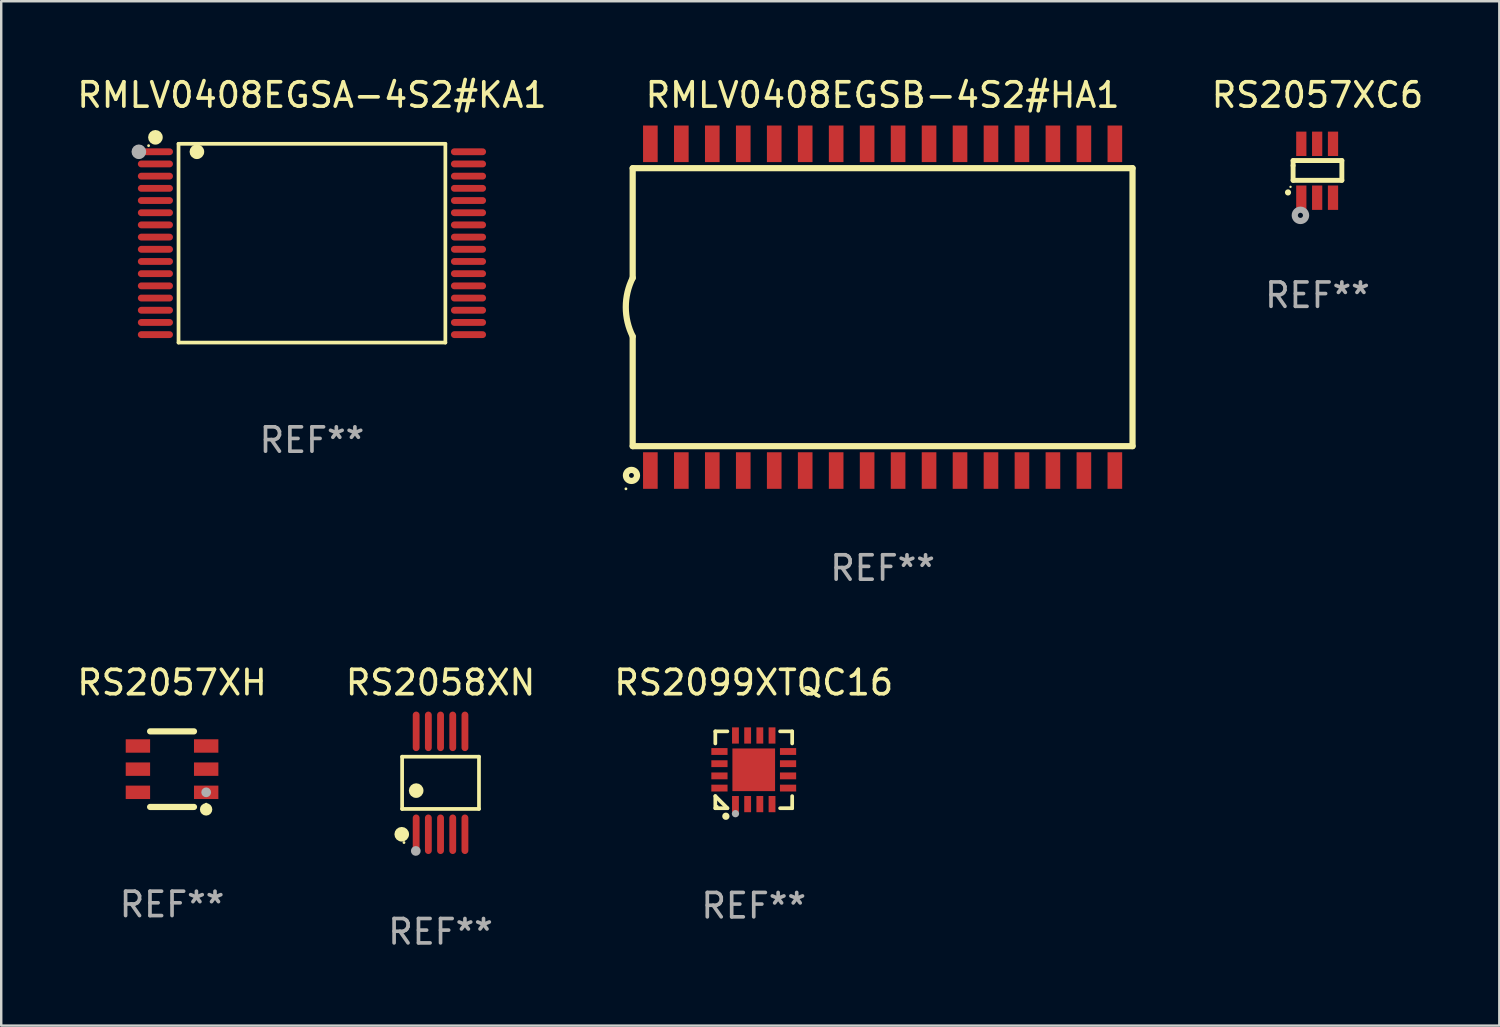
<source format=kicad_pcb>
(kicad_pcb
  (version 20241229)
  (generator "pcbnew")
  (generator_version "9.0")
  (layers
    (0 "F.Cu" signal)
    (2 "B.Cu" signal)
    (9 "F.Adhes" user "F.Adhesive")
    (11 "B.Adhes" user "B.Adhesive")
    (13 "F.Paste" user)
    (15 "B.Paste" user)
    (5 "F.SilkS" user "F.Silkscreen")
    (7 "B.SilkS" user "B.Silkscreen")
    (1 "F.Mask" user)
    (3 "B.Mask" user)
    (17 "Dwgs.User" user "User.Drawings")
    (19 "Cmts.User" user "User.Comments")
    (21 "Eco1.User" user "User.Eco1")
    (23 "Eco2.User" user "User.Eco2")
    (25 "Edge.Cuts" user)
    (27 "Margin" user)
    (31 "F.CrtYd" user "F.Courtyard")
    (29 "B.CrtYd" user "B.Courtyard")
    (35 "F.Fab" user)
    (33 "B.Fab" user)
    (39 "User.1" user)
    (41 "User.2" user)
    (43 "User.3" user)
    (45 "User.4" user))
  (footprint "RMLV0408EGSB-4S2#HA1"
    (layer "F.Cu")
    (at 33.148 9.548)
    (property "Reference" "RMLV0408EGSB-4S2#HA1" (at 0 -8.7 0) (layer "F.SilkS") (effects (font (size 1 1) (thickness 0.15))))
    (attr through_hole)
    (fp_line (start -10.25 -5.7) (end -10.25 -1.2) (stroke (width 0.254) (type solid)) (layer "F.SilkS"))
    (fp_line (start -10.25 -5.7) (end 10.25 -5.7) (stroke (width 0.254) (type solid)) (layer "F.SilkS"))
    (fp_line (start -10.25 5.7) (end -10.25 1.2) (stroke (width 0.254) (type solid)) (layer "F.SilkS"))
    (fp_line (start 10.25 -5.7) (end 10.25 5.7) (stroke (width 0.254) (type solid)) (layer "F.SilkS"))
    (fp_line (start 10.25 5.7) (end -10.25 5.7) (stroke (width 0.254) (type solid)) (layer "F.SilkS"))
    (fp_arc (start -10.248921 1.198882) (mid -10.532435 -0.000433) (end -10.249987 -1.2) (stroke (width 0.254001) (type solid)) (layer "F.SilkS"))
    (fp_circle (center -10.527 7.45) (end -10.497 7.45) (stroke (width 0.06) (type solid)) (fill no) (layer "F.SilkS"))
    (fp_circle (center -10.3 6.9) (end -10.2 6.9) (stroke (width 0.254) (type solid)) (fill no) (layer "F.SilkS"))
    (fp_text user "REF**" (at 0 10.7 0) (layer "F.Fab") (effects (font (size 1 1) (thickness 0.15))))
    (pad "1" smd rect (at -9.525 6.7 180) (size 0.6 1.5) (layers "F.Cu" "F.Mask" "F.Paste"))
    (pad "2" smd rect (at -8.255 6.7 180) (size 0.6 1.5) (layers "F.Cu" "F.Mask" "F.Paste"))
    (pad "3" smd rect (at -6.985 6.7 180) (size 0.6 1.5) (layers "F.Cu" "F.Mask" "F.Paste"))
    (pad "4" smd rect (at -5.715 6.7 180) (size 0.6 1.5) (layers "F.Cu" "F.Mask" "F.Paste"))
    (pad "5" smd rect (at -4.445 6.7 180) (size 0.6 1.5) (layers "F.Cu" "F.Mask" "F.Paste"))
    (pad "6" smd rect (at -3.175 6.7 180) (size 0.6 1.5) (layers "F.Cu" "F.Mask" "F.Paste"))
    (pad "7" smd rect (at -1.905 6.7 180) (size 0.6 1.5) (layers "F.Cu" "F.Mask" "F.Paste"))
    (pad "8" smd rect (at -0.635 6.7 180) (size 0.6 1.5) (layers "F.Cu" "F.Mask" "F.Paste"))
    (pad "9" smd rect (at 0.635 6.7 180) (size 0.6 1.5) (layers "F.Cu" "F.Mask" "F.Paste"))
    (pad "10" smd rect (at 1.905 6.7 180) (size 0.6 1.5) (layers "F.Cu" "F.Mask" "F.Paste"))
    (pad "11" smd rect (at 3.175 6.7 180) (size 0.6 1.5) (layers "F.Cu" "F.Mask" "F.Paste"))
    (pad "12" smd rect (at 4.445 6.7 180) (size 0.6 1.5) (layers "F.Cu" "F.Mask" "F.Paste"))
    (pad "13" smd rect (at 5.715 6.7 180) (size 0.6 1.5) (layers "F.Cu" "F.Mask" "F.Paste"))
    (pad "14" smd rect (at 6.985 6.7 180) (size 0.6 1.5) (layers "F.Cu" "F.Mask" "F.Paste"))
    (pad "15" smd rect (at 8.255 6.7 180) (size 0.6 1.5) (layers "F.Cu" "F.Mask" "F.Paste"))
    (pad "16" smd rect (at 9.525 6.7 180) (size 0.6 1.5) (layers "F.Cu" "F.Mask" "F.Paste"))
    (pad "17" smd rect (at 9.525 -6.7 180) (size 0.6 1.5) (layers "F.Cu" "F.Mask" "F.Paste"))
    (pad "18" smd rect (at 8.255 -6.7 180) (size 0.6 1.5) (layers "F.Cu" "F.Mask" "F.Paste"))
    (pad "19" smd rect (at 6.985 -6.7 180) (size 0.6 1.5) (layers "F.Cu" "F.Mask" "F.Paste"))
    (pad "20" smd rect (at 5.715 -6.7 180) (size 0.6 1.5) (layers "F.Cu" "F.Mask" "F.Paste"))
    (pad "21" smd rect (at 4.445 -6.7 180) (size 0.6 1.5) (layers "F.Cu" "F.Mask" "F.Paste"))
    (pad "22" smd rect (at 3.175 -6.7 180) (size 0.6 1.5) (layers "F.Cu" "F.Mask" "F.Paste"))
    (pad "23" smd rect (at 1.905 -6.7 180) (size 0.6 1.5) (layers "F.Cu" "F.Mask" "F.Paste"))
    (pad "24" smd rect (at 0.635 -6.7 180) (size 0.6 1.5) (layers "F.Cu" "F.Mask" "F.Paste"))
    (pad "25" smd rect (at -0.635 -6.7 180) (size 0.6 1.5) (layers "F.Cu" "F.Mask" "F.Paste"))
    (pad "26" smd rect (at -1.905 -6.7 180) (size 0.6 1.5) (layers "F.Cu" "F.Mask" "F.Paste"))
    (pad "27" smd rect (at -3.175 -6.7 180) (size 0.6 1.5) (layers "F.Cu" "F.Mask" "F.Paste"))
    (pad "28" smd rect (at -4.445 -6.7 180) (size 0.6 1.5) (layers "F.Cu" "F.Mask" "F.Paste"))
    (pad "29" smd rect (at -5.715 -6.7 180) (size 0.6 1.5) (layers "F.Cu" "F.Mask" "F.Paste"))
    (pad "30" smd rect (at -6.985 -6.7 180) (size 0.6 1.5) (layers "F.Cu" "F.Mask" "F.Paste"))
    (pad "31" smd rect (at -8.255 -6.7 180) (size 0.6 1.5) (layers "F.Cu" "F.Mask" "F.Paste"))
    (pad "32" smd rect (at -9.525 -6.7 180) (size 0.6 1.5) (layers "F.Cu" "F.Mask" "F.Paste")))
  (footprint "RS2057XC6"
    (layer "F.Cu")
    (at 50.983 3.953)
    (property "Reference" "RS2057XC6" (at 0 -3.105 0) (layer "F.SilkS") (effects (font (size 1 1) (thickness 0.15))))
    (attr through_hole)
    (fp_line (start -1 -0.419) (end -1 -0.213) (stroke (width 0.2) (type solid)) (layer "F.SilkS"))
    (fp_line (start -1 -0.213) (end -1 0.393) (stroke (width 0.2) (type solid)) (layer "F.SilkS"))
    (fp_line (start -1 0.393) (end 1 0.393) (stroke (width 0.2) (type solid)) (layer "F.SilkS"))
    (fp_line (start 1 -0.419) (end -1 -0.419) (stroke (width 0.2) (type solid)) (layer "F.SilkS"))
    (fp_line (start 1 0.393) (end 1 -0.419) (stroke (width 0.2) (type solid)) (layer "F.SilkS"))
    (fp_arc (start -1.208509 0.890272) (mid -1.208515 0.889002) (end -1.208509 0.887732) (stroke (width 0.25) (type solid)) (layer "F.SilkS"))
    (fp_circle (center -1.105 0.66) (end -1.08 0.66) (stroke (width 0.05) (type solid)) (fill no) (layer "F.SilkS"))
    (fp_circle (center -0.699 1.829) (end -0.594 1.829) (stroke (width 0.254) (type solid)) (fill no) (layer "F.Fab"))
    (fp_text user "REF**" (at 0 5.105 0) (layer "F.Fab") (effects (font (size 1 1) (thickness 0.15))))
    (pad "1" smd rect (at -0.663 1.105) (size 0.42 1) (layers "F.Cu" "F.Mask" "F.Paste"))
    (pad "2" smd rect (at -0.013 1.105) (size 0.42 1) (layers "F.Cu" "F.Mask" "F.Paste"))
    (pad "3" smd rect (at 0.637 1.105) (size 0.42 1) (layers "F.Cu" "F.Mask" "F.Paste"))
    (pad "4" smd rect (at 0.637 -1.105 180) (size 0.42 1) (layers "F.Cu" "F.Mask" "F.Paste"))
    (pad "5" smd rect (at -0.013 -1.105 180) (size 0.42 1) (layers "F.Cu" "F.Mask" "F.Paste"))
    (pad "6" smd rect (at -0.663 -1.105 180) (size 0.42 1) (layers "F.Cu" "F.Mask" "F.Paste")))
  (footprint "RS2058XN"
    (layer "F.Cu")
    (at 15.018 29.055)
    (property "Reference" "RS2058XN" (at 0 -4.11 0) (layer "F.SilkS") (effects (font (size 1 1) (thickness 0.15))))
    (attr through_hole)
    (fp_line (start -1.576 -1.071) (end 1.576 -1.071) (stroke (width 0.152) (type solid)) (layer "F.SilkS"))
    (fp_line (start -1.576 1.071) (end -1.576 -1.071) (stroke (width 0.152) (type solid)) (layer "F.SilkS"))
    (fp_line (start 1.576 -1.071) (end 1.576 1.071) (stroke (width 0.152) (type solid)) (layer "F.SilkS"))
    (fp_line (start 1.576 1.071) (end -1.576 1.071) (stroke (width 0.152) (type solid)) (layer "F.SilkS"))
    (fp_circle (center -1.592 2.11) (end -1.442 2.11) (stroke (width 0.3) (type solid)) (fill no) (layer "F.SilkS"))
    (fp_circle (center -1.5 2.45) (end -1.47 2.45) (stroke (width 0.06) (type solid)) (fill no) (layer "F.SilkS"))
    (fp_circle (center -1 0.319) (end -0.85 0.319) (stroke (width 0.3) (type solid)) (fill no) (layer "F.SilkS"))
    (fp_circle (center -1.016 2.794) (end -0.916 2.794) (stroke (width 0.2) (type solid)) (fill no) (layer "F.Fab"))
    (fp_text user "REF**" (at 0 6.11 0) (layer "F.Fab") (effects (font (size 1 1) (thickness 0.15))))
    (pad "1" smd oval (at -1 2.11) (size 0.28 1.62) (layers "F.Cu" "F.Mask" "F.Paste"))
    (pad "2" smd oval (at -0.5 2.11) (size 0.28 1.62) (layers "F.Cu" "F.Mask" "F.Paste"))
    (pad "3" smd oval (at 0 2.11) (size 0.28 1.62) (layers "F.Cu" "F.Mask" "F.Paste"))
    (pad "4" smd oval (at 0.5 2.11) (size 0.28 1.62) (layers "F.Cu" "F.Mask" "F.Paste"))
    (pad "5" smd oval (at 1 2.11) (size 0.28 1.62) (layers "F.Cu" "F.Mask" "F.Paste"))
    (pad "6" smd oval (at 1 -2.11) (size 0.28 1.62) (layers "F.Cu" "F.Mask" "F.Paste"))
    (pad "7" smd oval (at 0.5 -2.11) (size 0.28 1.62) (layers "F.Cu" "F.Mask" "F.Paste"))
    (pad "8" smd oval (at 0 -2.11) (size 0.28 1.62) (layers "F.Cu" "F.Mask" "F.Paste"))
    (pad "9" smd oval (at -0.5 -2.11) (size 0.28 1.62) (layers "F.Cu" "F.Mask" "F.Paste"))
    (pad "10" smd oval (at -1 -2.11) (size 0.28 1.62) (layers "F.Cu" "F.Mask" "F.Paste")))
  (footprint "RS2057XH"
    (layer "F.Cu")
    (at 4.006 28.495)
    (property "Reference" "RS2057XH" (at 0 -3.55 0) (layer "F.SilkS") (effects (font (size 1 1) (thickness 0.15))))
    (attr through_hole)
    (fp_line (start -0.9 -1.55) (end 0.9 -1.55) (stroke (width 0.254) (type solid)) (layer "F.SilkS"))
    (fp_line (start -0.9 1.55) (end 0.9 1.55) (stroke (width 0.254) (type solid)) (layer "F.SilkS"))
    (fp_circle (center 1.397 1.651) (end 1.524 1.651) (stroke (width 0.254) (type solid)) (fill no) (layer "F.SilkS"))
    (fp_circle (center 1.4 1.435) (end 1.43 1.435) (stroke (width 0.06) (type solid)) (fill no) (layer "F.SilkS"))
    (fp_circle (center 1.4 0.95) (end 1.5 0.95) (stroke (width 0.2) (type solid)) (fill no) (layer "F.Fab"))
    (fp_text user "REF**" (at 0 5.55 0) (layer "F.Fab") (effects (font (size 1 1) (thickness 0.15))))
    (pad "1" smd rect (at 1.4 0.95) (size 1 0.55) (layers "F.Cu" "F.Mask" "F.Paste"))
    (pad "2" smd rect (at 1.4 -0.000102) (size 1 0.55) (layers "F.Cu" "F.Mask" "F.Paste"))
    (pad "3" smd rect (at 1.4 -0.95) (size 1 0.55) (layers "F.Cu" "F.Mask" "F.Paste"))
    (pad "4" smd rect (at -1.4 -0.95) (size 1 0.55) (layers "F.Cu" "F.Mask" "F.Paste"))
    (pad "5" smd rect (at -1.4 -0.000102) (size 1 0.55) (layers "F.Cu" "F.Mask" "F.Paste"))
    (pad "6" smd rect (at -1.4 0.95) (size 1 0.55) (layers "F.Cu" "F.Mask" "F.Paste")))
  (footprint "RS2099XTQC16"
    (layer "F.Cu")
    (at 27.863 28.521)
    (property "Reference" "RS2099XTQC16" (at 0 -3.576 0) (layer "F.SilkS") (effects (font (size 1 1) (thickness 0.15))))
    (attr through_hole)
    (fp_line (start -1.576 -1.576) (end -1.08 -1.576) (stroke (width 0.152) (type solid)) (layer "F.SilkS"))
    (fp_line (start -1.576 -1.08) (end -1.576 -1.576) (stroke (width 0.152) (type solid)) (layer "F.SilkS"))
    (fp_line (start -1.576 1.08) (end -1.576 1.576) (stroke (width 0.152) (type solid)) (layer "F.SilkS"))
    (fp_line (start -1.576 1.576) (end -1.08 1.576) (stroke (width 0.152) (type solid)) (layer "F.SilkS"))
    (fp_line (start -1.08 1.576) (end -1.576 1.08) (stroke (width 0.152) (type solid)) (layer "F.SilkS"))
    (fp_line (start 1.576 -1.576) (end 1.08 -1.576) (stroke (width 0.152) (type solid)) (layer "F.SilkS"))
    (fp_line (start 1.576 -1.08) (end 1.576 -1.576) (stroke (width 0.152) (type solid)) (layer "F.SilkS"))
    (fp_line (start 1.576 1.08) (end 1.576 1.576) (stroke (width 0.152) (type solid)) (layer "F.SilkS"))
    (fp_line (start 1.576 1.576) (end 1.08 1.576) (stroke (width 0.152) (type solid)) (layer "F.SilkS"))
    (fp_circle (center -1.5 1.5) (end -1.47 1.5) (stroke (width 0.06) (type solid)) (fill no) (layer "F.SilkS"))
    (fp_circle (center -1.143 1.905) (end -1.068 1.905) (stroke (width 0.15) (type solid)) (fill no) (layer "F.SilkS"))
    (fp_circle (center -0.75 1.8) (end -0.675 1.8) (stroke (width 0.15) (type solid)) (fill no) (layer "F.Fab"))
    (fp_text user "REF**" (at 0 5.576 0) (layer "F.Fab") (effects (font (size 1 1) (thickness 0.15))))
    (pad "1" smd rect (at -0.75 1.407) (size 0.28 0.665) (layers "F.Cu" "F.Mask" "F.Paste"))
    (pad "2" smd rect (at -0.25 1.407) (size 0.28 0.665) (layers "F.Cu" "F.Mask" "F.Paste"))
    (pad "3" smd rect (at 0.25 1.407) (size 0.28 0.665) (layers "F.Cu" "F.Mask" "F.Paste"))
    (pad "4" smd rect (at 0.75 1.407) (size 0.28 0.665) (layers "F.Cu" "F.Mask" "F.Paste"))
    (pad "5" smd rect (at 1.407 0.75) (size 0.665 0.28) (layers "F.Cu" "F.Mask" "F.Paste"))
    (pad "6" smd rect (at 1.407 0.25) (size 0.665 0.28) (layers "F.Cu" "F.Mask" "F.Paste"))
    (pad "7" smd rect (at 1.407 -0.25) (size 0.665 0.28) (layers "F.Cu" "F.Mask" "F.Paste"))
    (pad "8" smd rect (at 1.407 -0.75) (size 0.665 0.28) (layers "F.Cu" "F.Mask" "F.Paste"))
    (pad "9" smd rect (at 0.75 -1.407) (size 0.28 0.665) (layers "F.Cu" "F.Mask" "F.Paste"))
    (pad "10" smd rect (at 0.25 -1.407) (size 0.28 0.665) (layers "F.Cu" "F.Mask" "F.Paste"))
    (pad "11" smd rect (at -0.25 -1.407) (size 0.28 0.665) (layers "F.Cu" "F.Mask" "F.Paste"))
    (pad "12" smd rect (at -0.75 -1.407) (size 0.28 0.665) (layers "F.Cu" "F.Mask" "F.Paste"))
    (pad "13" smd rect (at -1.407 -0.75) (size 0.665 0.28) (layers "F.Cu" "F.Mask" "F.Paste"))
    (pad "14" smd rect (at -1.407 -0.25) (size 0.665 0.28) (layers "F.Cu" "F.Mask" "F.Paste"))
    (pad "15" smd rect (at -1.407 0.25) (size 0.665 0.28) (layers "F.Cu" "F.Mask" "F.Paste"))
    (pad "16" smd rect (at -1.407 0.75) (size 0.665 0.28) (layers "F.Cu" "F.Mask" "F.Paste"))
    (pad "17" smd rect (at 0 0) (size 1.75 1.75) (layers "F.Cu" "F.Mask" "F.Paste")))
  (footprint "RMLV0408EGSA-4S2#KA1"
    (layer "F.Cu")
    (at 9.744 6.924)
    (property "Reference" "RMLV0408EGSA-4S2#KA1" (at 0 -6.076 0) (layer "F.SilkS") (effects (font (size 1 1) (thickness 0.15))))
    (attr through_hole)
    (fp_line (start -5.472 -4.076) (end 5.471 -4.076) (stroke (width 0.152) (type solid)) (layer "F.SilkS"))
    (fp_line (start -5.472 4.076) (end -5.472 -4.076) (stroke (width 0.152) (type solid)) (layer "F.SilkS"))
    (fp_line (start 5.471 -4.076) (end 5.471 4.076) (stroke (width 0.152) (type solid)) (layer "F.SilkS"))
    (fp_line (start 5.471 4.076) (end -5.472 4.076) (stroke (width 0.152) (type solid)) (layer "F.SilkS"))
    (fp_circle (center -6.7 -4) (end -6.67 -4) (stroke (width 0.06) (type solid)) (fill no) (layer "F.SilkS"))
    (fp_circle (center -6.42 -4.342) (end -6.27 -4.342) (stroke (width 0.3) (type solid)) (fill no) (layer "F.SilkS"))
    (fp_circle (center -4.719 -3.75) (end -4.569 -3.75) (stroke (width 0.3) (type solid)) (fill no) (layer "F.SilkS"))
    (fp_circle (center -7.1 -3.75) (end -6.95 -3.75) (stroke (width 0.3) (type solid)) (fill no) (layer "F.Fab"))
    (fp_text user "REF**" (at 0 8.076 0) (layer "F.Fab") (effects (font (size 1 1) (thickness 0.15))))
    (pad "1" smd oval (at -6.42 -3.75 270) (size 0.28 1.44) (layers "F.Cu" "F.Mask" "F.Paste"))
    (pad "2" smd oval (at -6.42 -3.25 270) (size 0.28 1.44) (layers "F.Cu" "F.Mask" "F.Paste"))
    (pad "3" smd oval (at -6.42 -2.75 270) (size 0.28 1.44) (layers "F.Cu" "F.Mask" "F.Paste"))
    (pad "4" smd oval (at -6.42 -2.25 270) (size 0.28 1.44) (layers "F.Cu" "F.Mask" "F.Paste"))
    (pad "5" smd oval (at -6.42 -1.75 270) (size 0.28 1.44) (layers "F.Cu" "F.Mask" "F.Paste"))
    (pad "6" smd oval (at -6.42 -1.25 270) (size 0.28 1.44) (layers "F.Cu" "F.Mask" "F.Paste"))
    (pad "7" smd oval (at -6.42 -0.75 270) (size 0.28 1.44) (layers "F.Cu" "F.Mask" "F.Paste"))
    (pad "8" smd oval (at -6.42 -0.25 270) (size 0.28 1.44) (layers "F.Cu" "F.Mask" "F.Paste"))
    (pad "9" smd oval (at -6.42 0.25 270) (size 0.28 1.44) (layers "F.Cu" "F.Mask" "F.Paste"))
    (pad "10" smd oval (at -6.42 0.75 270) (size 0.28 1.44) (layers "F.Cu" "F.Mask" "F.Paste"))
    (pad "11" smd oval (at -6.42 1.25 270) (size 0.28 1.44) (layers "F.Cu" "F.Mask" "F.Paste"))
    (pad "12" smd oval (at -6.42 1.75 270) (size 0.28 1.44) (layers "F.Cu" "F.Mask" "F.Paste"))
    (pad "13" smd oval (at -6.42 2.25 270) (size 0.28 1.44) (layers "F.Cu" "F.Mask" "F.Paste"))
    (pad "14" smd oval (at -6.42 2.75 270) (size 0.28 1.44) (layers "F.Cu" "F.Mask" "F.Paste"))
    (pad "15" smd oval (at -6.42 3.25 270) (size 0.28 1.44) (layers "F.Cu" "F.Mask" "F.Paste"))
    (pad "16" smd oval (at -6.42 3.75 270) (size 0.28 1.44) (layers "F.Cu" "F.Mask" "F.Paste"))
    (pad "17" smd oval (at 6.42 3.75 270) (size 0.28 1.44) (layers "F.Cu" "F.Mask" "F.Paste"))
    (pad "18" smd oval (at 6.42 3.25 270) (size 0.28 1.44) (layers "F.Cu" "F.Mask" "F.Paste"))
    (pad "19" smd oval (at 6.42 2.75 270) (size 0.28 1.44) (layers "F.Cu" "F.Mask" "F.Paste"))
    (pad "20" smd oval (at 6.42 2.25 270) (size 0.28 1.44) (layers "F.Cu" "F.Mask" "F.Paste"))
    (pad "21" smd oval (at 6.42 1.75 270) (size 0.28 1.44) (layers "F.Cu" "F.Mask" "F.Paste"))
    (pad "22" smd oval (at 6.42 1.25 270) (size 0.28 1.44) (layers "F.Cu" "F.Mask" "F.Paste"))
    (pad "23" smd oval (at 6.42 0.75 270) (size 0.28 1.44) (layers "F.Cu" "F.Mask" "F.Paste"))
    (pad "24" smd oval (at 6.42 0.25 270) (size 0.28 1.44) (layers "F.Cu" "F.Mask" "F.Paste"))
    (pad "25" smd oval (at 6.42 -0.25 270) (size 0.28 1.44) (layers "F.Cu" "F.Mask" "F.Paste"))
    (pad "26" smd oval (at 6.42 -0.75 270) (size 0.28 1.44) (layers "F.Cu" "F.Mask" "F.Paste"))
    (pad "27" smd oval (at 6.42 -1.25 270) (size 0.28 1.44) (layers "F.Cu" "F.Mask" "F.Paste"))
    (pad "28" smd oval (at 6.42 -1.75 270) (size 0.28 1.44) (layers "F.Cu" "F.Mask" "F.Paste"))
    (pad "29" smd oval (at 6.42 -2.25 270) (size 0.28 1.44) (layers "F.Cu" "F.Mask" "F.Paste"))
    (pad "30" smd oval (at 6.42 -2.75 270) (size 0.28 1.44) (layers "F.Cu" "F.Mask" "F.Paste"))
    (pad "31" smd oval (at 6.42 -3.25 270) (size 0.28 1.44) (layers "F.Cu" "F.Mask" "F.Paste"))
    (pad "32" smd oval (at 6.42 -3.75 270) (size 0.28 1.44) (layers "F.Cu" "F.Mask" "F.Paste")))
  (gr_rect
    (start -3 -3)
    (end 58.441 39.013)
    (stroke (width 0.1) (type default))
    (fill no)
    (layer "Edge.Cuts")))
</source>
